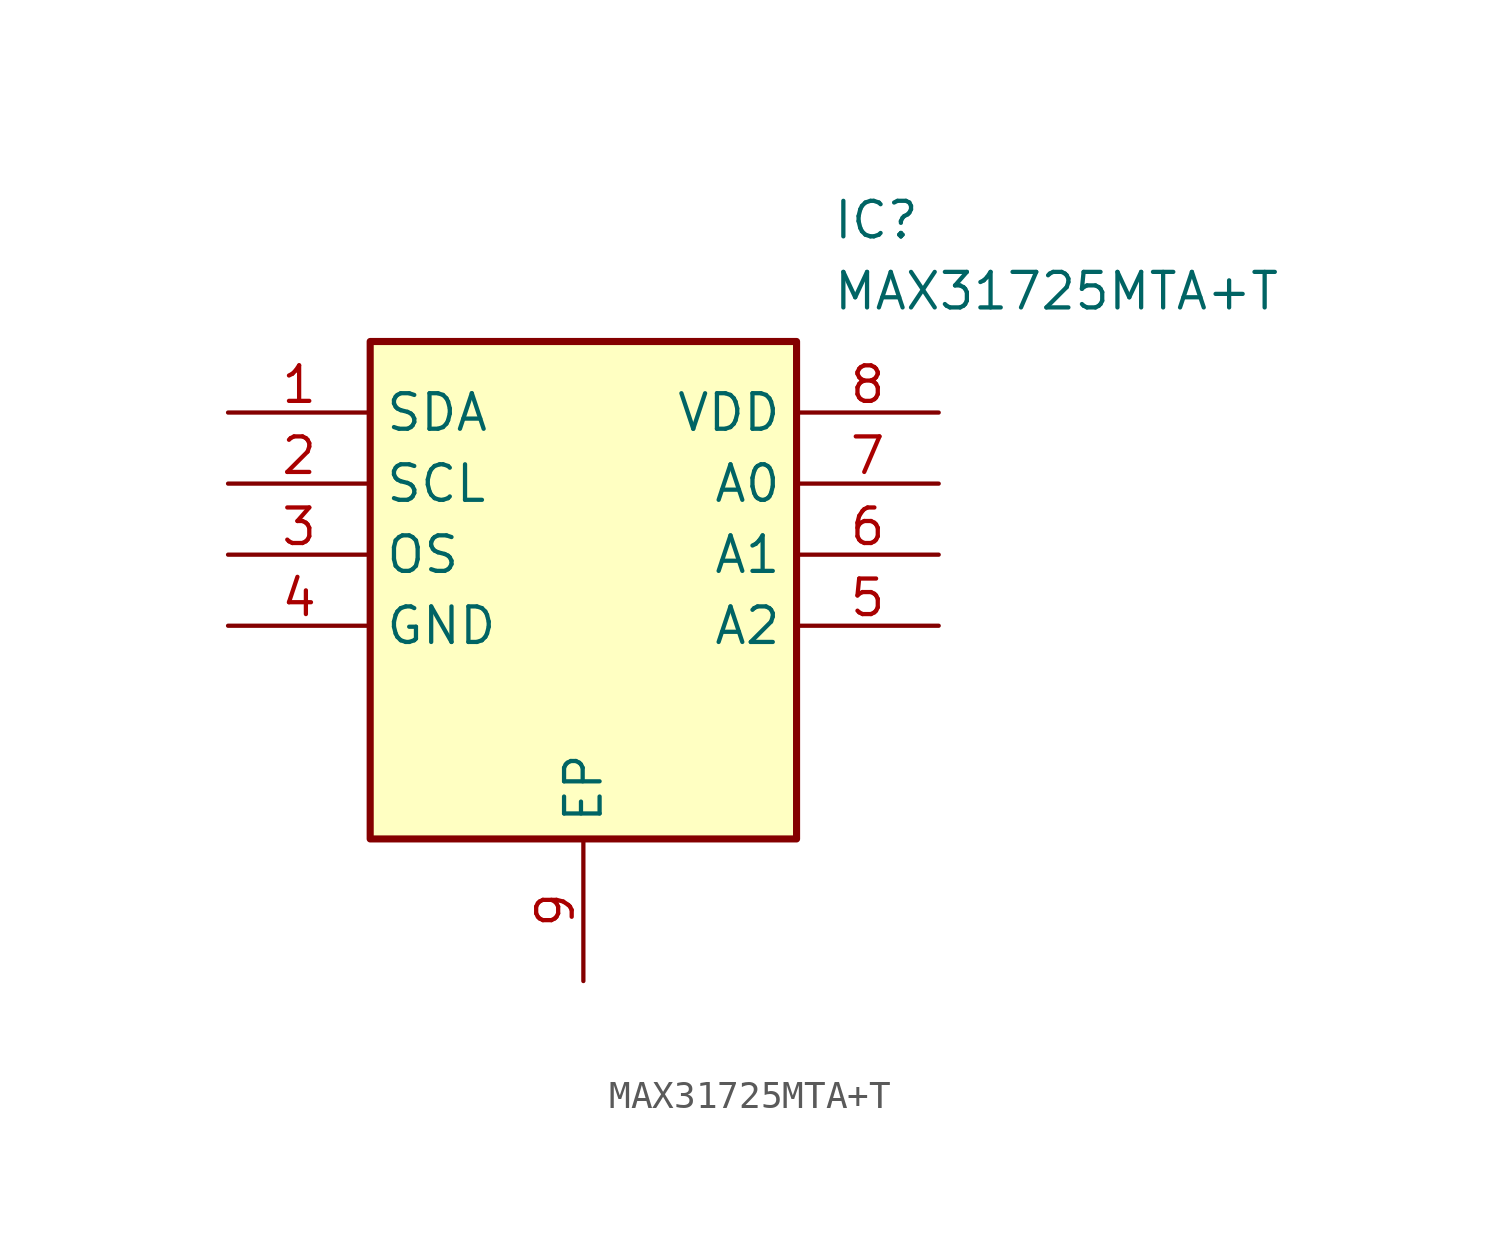
<source format=kicad_sym>
(kicad_symbol_lib
  (version 20211014)
  (generator SamacSys_ECAD_Model)
  (symbol "MAX31725MTA+T"
    (property "Reference" "IC"
      (at 21.59 7.62 0)
      (effects (font (size 1.27 1.27)) (justify left top)))
    (property "Value" "MAX31725MTA+T"
      (at 21.59 5.08 0)
      (effects (font (size 1.27 1.27)) (justify left top)))
    (rectangle
      (start 5.08 2.54)
      (end 20.32 -15.24)
      (stroke (width 0.254) (type default))
      (fill (type background)))
    (pin passive line
      (at 0 0 0)
      (length 5.08)
      (name "SDA" (effects (font (size 1.27 1.27))))
      (number "1" (effects (font (size 1.27 1.27)))))
    (pin passive line
      (at 0 -2.54 0)
      (length 5.08)
      (name "SCL" (effects (font (size 1.27 1.27))))
      (number "2" (effects (font (size 1.27 1.27)))))
    (pin passive line
      (at 0 -5.08 0)
      (length 5.08)
      (name "OS" (effects (font (size 1.27 1.27))))
      (number "3" (effects (font (size 1.27 1.27)))))
    (pin passive line
      (at 0 -7.62 0)
      (length 5.08)
      (name "GND" (effects (font (size 1.27 1.27))))
      (number "4" (effects (font (size 1.27 1.27)))))
    (pin passive line
      (at 12.7 -20.32 90)
      (length 5.08)
      (name "EP" (effects (font (size 1.27 1.27))))
      (number "9" (effects (font (size 1.27 1.27)))))
    (pin passive line
      (at 25.4 0 180)
      (length 5.08)
      (name "VDD" (effects (font (size 1.27 1.27))))
      (number "8" (effects (font (size 1.27 1.27)))))
    (pin passive line
      (at 25.4 -2.54 180)
      (length 5.08)
      (name "A0" (effects (font (size 1.27 1.27))))
      (number "7" (effects (font (size 1.27 1.27)))))
    (pin passive line
      (at 25.4 -5.08 180)
      (length 5.08)
      (name "A1" (effects (font (size 1.27 1.27))))
      (number "6" (effects (font (size 1.27 1.27)))))
    (pin passive line
      (at 25.4 -7.62 180)
      (length 5.08)
      (name "A2" (effects (font (size 1.27 1.27))))
      (number "5" (effects (font (size 1.27 1.27)))))))
</source>
